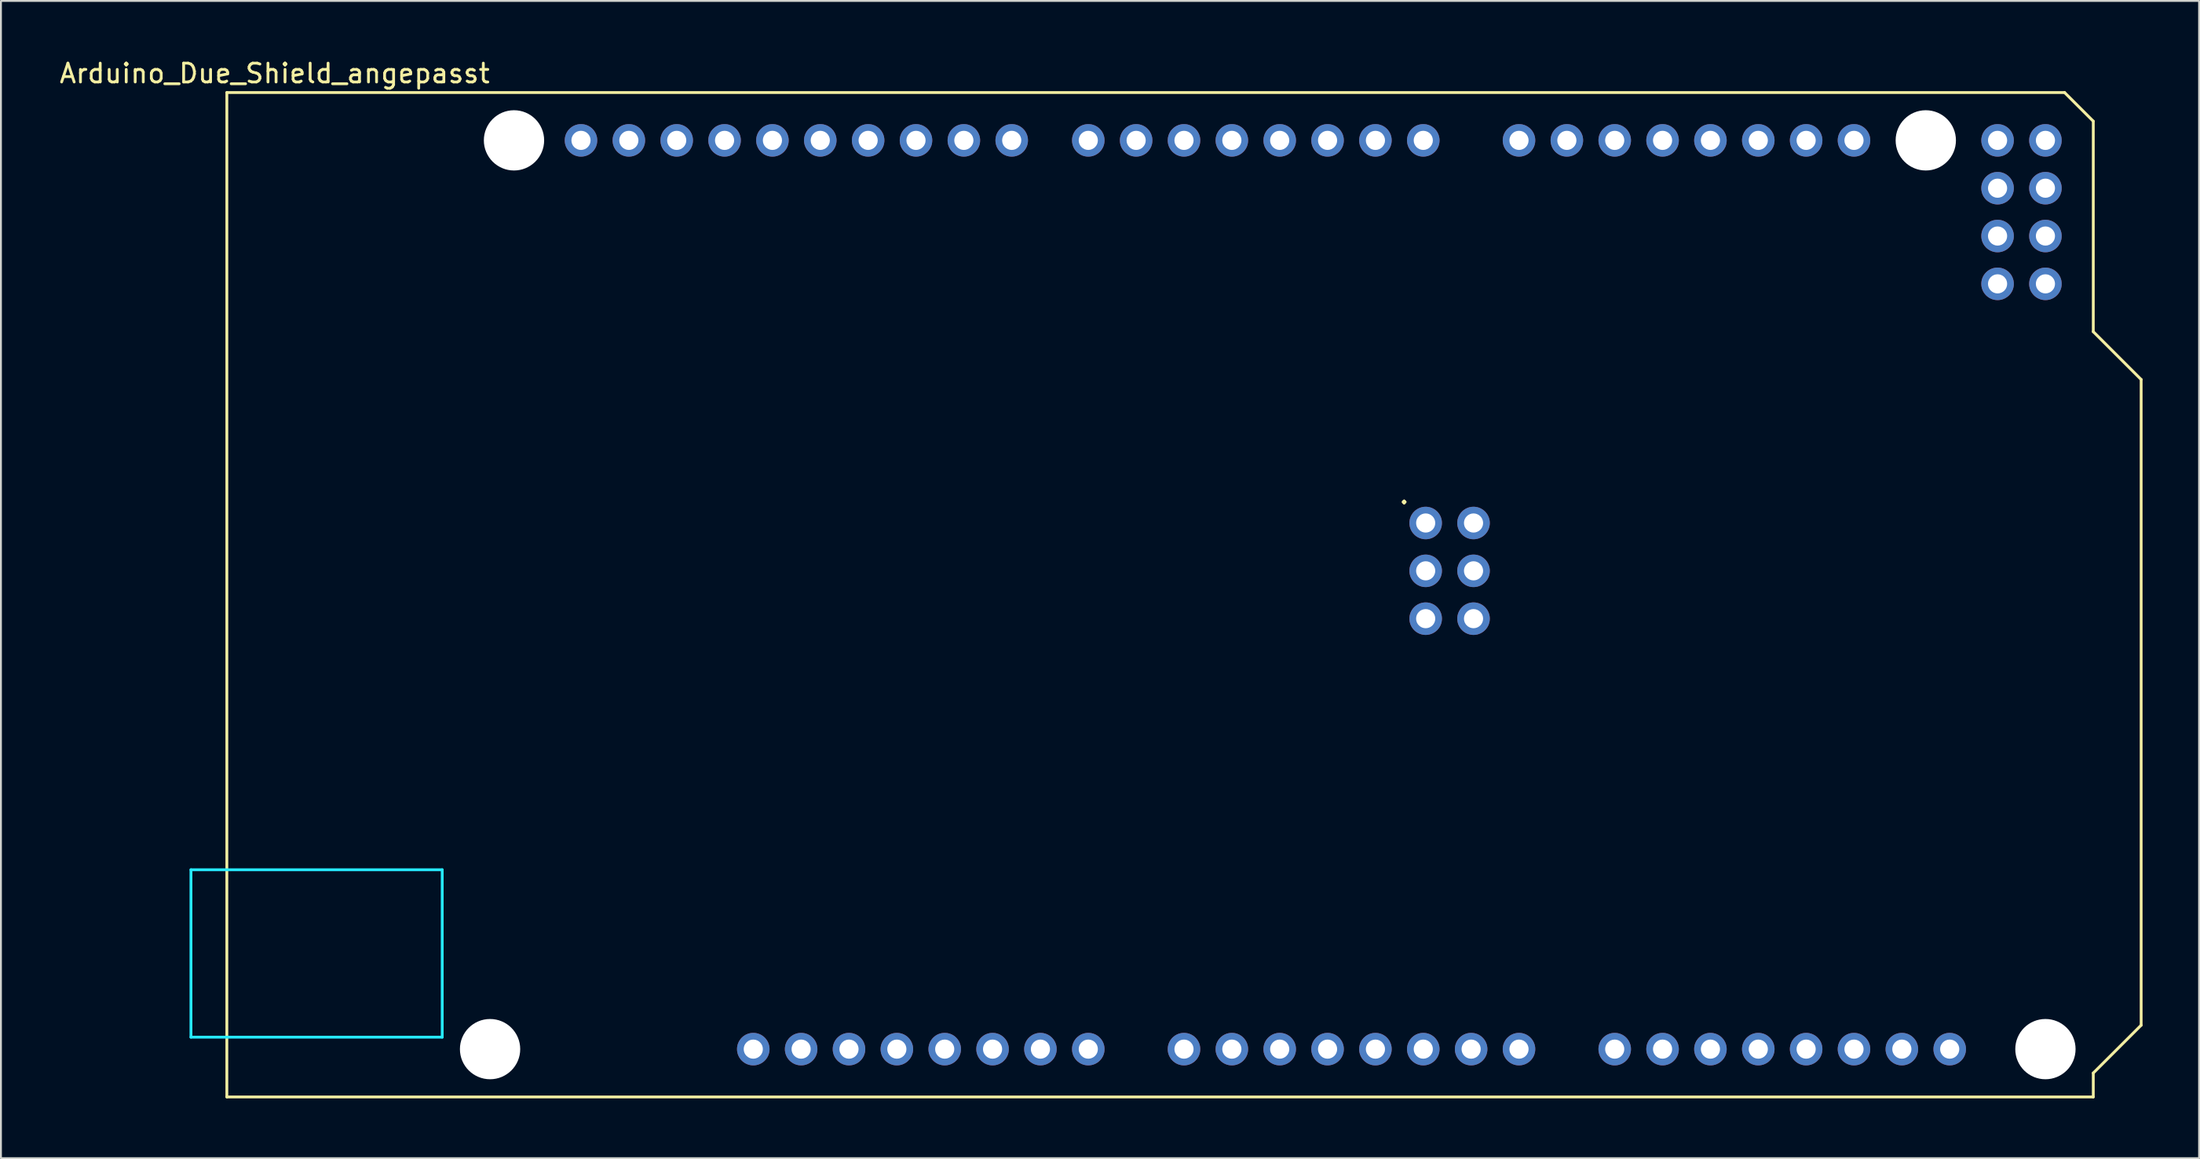
<source format=kicad_pcb>
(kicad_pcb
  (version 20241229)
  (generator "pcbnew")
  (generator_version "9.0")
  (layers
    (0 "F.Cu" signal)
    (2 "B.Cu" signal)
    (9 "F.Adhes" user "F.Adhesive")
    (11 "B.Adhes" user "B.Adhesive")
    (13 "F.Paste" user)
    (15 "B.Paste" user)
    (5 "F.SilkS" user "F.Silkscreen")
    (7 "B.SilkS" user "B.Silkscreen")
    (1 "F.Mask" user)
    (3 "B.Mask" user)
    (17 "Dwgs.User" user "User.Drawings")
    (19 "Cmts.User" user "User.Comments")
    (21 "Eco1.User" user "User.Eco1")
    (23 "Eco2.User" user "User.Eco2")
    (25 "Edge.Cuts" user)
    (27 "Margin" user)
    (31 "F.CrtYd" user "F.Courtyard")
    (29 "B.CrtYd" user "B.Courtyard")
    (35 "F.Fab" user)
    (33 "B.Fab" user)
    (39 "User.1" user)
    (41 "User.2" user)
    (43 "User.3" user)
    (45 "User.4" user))
  (footprint "Arduino_Due_Shield_angepasst"
    (layer "F.Cu")
    (at 8.99 55.204)
    (property "Reference" "Arduino_Due_Shield_angepasst" (at 2.54 -54.356 0) (layer "F.SilkS") (effects (font (size 1 1) (thickness 0.15))))
    (attr through_hole)
    (fp_line (start 0 -53.34) (end 0 0) (stroke (width 0.15) (type solid)) (layer "F.SilkS"))
    (fp_line (start 0 -53.34) (end 97.536 -53.34) (stroke (width 0.15) (type solid)) (layer "F.SilkS"))
    (fp_line (start 0 0) (end 99.06 0) (stroke (width 0.15) (type solid)) (layer "F.SilkS"))
    (fp_line (start 97.536 -53.34) (end 99.06 -51.816) (stroke (width 0.15) (type solid)) (layer "F.SilkS"))
    (fp_line (start 99.06 -40.64) (end 99.06 -51.816) (stroke (width 0.15) (type solid)) (layer "F.SilkS"))
    (fp_line (start 99.06 -1.27) (end 101.6 -3.81) (stroke (width 0.15) (type solid)) (layer "F.SilkS"))
    (fp_line (start 99.06 0) (end 99.06 -1.27) (stroke (width 0.15) (type solid)) (layer "F.SilkS"))
    (fp_line (start 101.6 -38.1) (end 99.06 -40.64) (stroke (width 0.15) (type solid)) (layer "F.SilkS"))
    (fp_line (start 101.6 -3.81) (end 101.6 -38.1) (stroke (width 0.15) (type solid)) (layer "F.SilkS"))
    (fp_line (start -1.905 -12.065) (end -1.905 -3.175) (stroke (width 0.15) (type solid)) (layer "B.CrtYd"))
    (fp_line (start -1.905 -12.065) (end 11.43 -12.065) (stroke (width 0.15) (type solid)) (layer "B.CrtYd"))
    (fp_line (start -1.905 -3.175) (end 11.43 -3.175) (stroke (width 0.15) (type solid)) (layer "B.CrtYd"))
    (fp_line (start 11.43 -12.065) (end 11.43 -3.175) (stroke (width 0.15) (type solid)) (layer "B.CrtYd"))
    (fp_text user "." (at 62.484 -32.004 0) (layer "F.SilkS") (effects (font (size 1 1) (thickness 0.15))))
    (pad "" np_thru_hole circle (at 13.97 -2.54) (size 3.2 3.2) (drill 3.2) (layers "*.Cu" "*.Mask"))
    (pad "" np_thru_hole circle (at 15.24 -50.8) (size 3.2 3.2) (drill 3.2) (layers "*.Cu" "*.Mask"))
    (pad "" thru_hole oval (at 27.94 -2.54) (size 1.727 1.727) (drill 1.016) (layers "*.Cu" "*.Mask"))
    (pad "" np_thru_hole circle (at 90.17 -50.8) (size 3.2 3.2) (drill 3.2) (layers "*.Cu" "*.Mask"))
    (pad "" np_thru_hole circle (at 96.52 -2.54) (size 3.2 3.2) (drill 3.2) (layers "*.Cu" "*.Mask"))
    (pad "3V3" thru_hole oval (at 35.56 -2.54) (size 1.727 1.727) (drill 1.016) (layers "*.Cu" "*.Mask"))
    (pad "5V1" thru_hole oval (at 38.1 -2.54) (size 1.727 1.727) (drill 1.016) (layers "*.Cu" "*.Mask"))
    (pad "5V2" thru_hole oval (at 66.167 -30.48) (size 1.727 1.727) (drill 1.016) (layers "*.Cu" "*.Mask"))
    (pad "5V3" thru_hole oval (at 93.98 -50.8) (size 1.727 1.727) (drill 1.016) (layers "*.Cu" "*.Mask"))
    (pad "5V4" thru_hole oval (at 96.52 -50.8) (size 1.727 1.727) (drill 1.016) (layers "*.Cu" "*.Mask"))
    (pad "A0" thru_hole oval (at 50.8 -2.54) (size 1.727 1.727) (drill 1.016) (layers "*.Cu" "*.Mask"))
    (pad "A1" thru_hole oval (at 53.34 -2.54) (size 1.727 1.727) (drill 1.016) (layers "*.Cu" "*.Mask"))
    (pad "A2" thru_hole oval (at 55.88 -2.54) (size 1.727 1.727) (drill 1.016) (layers "*.Cu" "*.Mask"))
    (pad "A3" thru_hole oval (at 58.42 -2.54) (size 1.727 1.727) (drill 1.016) (layers "*.Cu" "*.Mask"))
    (pad "A4" thru_hole oval (at 60.96 -2.54) (size 1.727 1.727) (drill 1.016) (layers "*.Cu" "*.Mask"))
    (pad "A5" thru_hole oval (at 63.5 -2.54) (size 1.727 1.727) (drill 1.016) (layers "*.Cu" "*.Mask"))
    (pad "A6" thru_hole oval (at 66.04 -2.54) (size 1.727 1.727) (drill 1.016) (layers "*.Cu" "*.Mask"))
    (pad "A7" thru_hole oval (at 68.58 -2.54) (size 1.727 1.727) (drill 1.016) (layers "*.Cu" "*.Mask"))
    (pad "A8" thru_hole oval (at 73.66 -2.54) (size 1.727 1.727) (drill 1.016) (layers "*.Cu" "*.Mask"))
    (pad "A9" thru_hole oval (at 76.2 -2.54) (size 1.727 1.727) (drill 1.016) (layers "*.Cu" "*.Mask"))
    (pad "A10" thru_hole oval (at 78.74 -2.54) (size 1.727 1.727) (drill 1.016) (layers "*.Cu" "*.Mask"))
    (pad "A11" thru_hole oval (at 81.28 -2.54) (size 1.727 1.727) (drill 1.016) (layers "*.Cu" "*.Mask"))
    (pad "AREF" thru_hole oval (at 23.876 -50.8) (size 1.727 1.727) (drill 1.016) (layers "*.Cu" "*.Mask"))
    (pad "CANR" thru_hole oval (at 88.9 -2.54) (size 1.727 1.727) (drill 1.016) (layers "*.Cu" "*.Mask"))
    (pad "CANT" thru_hole oval (at 91.44 -2.54) (size 1.727 1.727) (drill 1.016) (layers "*.Cu" "*.Mask"))
    (pad "D0" thru_hole oval (at 63.5 -50.8) (size 1.727 1.727) (drill 1.016) (layers "*.Cu" "*.Mask"))
    (pad "D1" thru_hole oval (at 60.96 -50.8) (size 1.727 1.727) (drill 1.016) (layers "*.Cu" "*.Mask"))
    (pad "D2" thru_hole oval (at 58.42 -50.8) (size 1.727 1.727) (drill 1.016) (layers "*.Cu" "*.Mask"))
    (pad "D3" thru_hole oval (at 55.88 -50.8) (size 1.727 1.727) (drill 1.016) (layers "*.Cu" "*.Mask"))
    (pad "D4" thru_hole oval (at 53.34 -50.8) (size 1.727 1.727) (drill 1.016) (layers "*.Cu" "*.Mask"))
    (pad "D5" thru_hole oval (at 50.8 -50.8) (size 1.727 1.727) (drill 1.016) (layers "*.Cu" "*.Mask"))
    (pad "D6" thru_hole oval (at 48.26 -50.8) (size 1.727 1.727) (drill 1.016) (layers "*.Cu" "*.Mask"))
    (pad "D7" thru_hole oval (at 45.72 -50.8) (size 1.727 1.727) (drill 1.016) (layers "*.Cu" "*.Mask"))
    (pad "D8" thru_hole oval (at 41.656 -50.8) (size 1.727 1.727) (drill 1.016) (layers "*.Cu" "*.Mask"))
    (pad "D9" thru_hole oval (at 39.116 -50.8) (size 1.727 1.727) (drill 1.016) (layers "*.Cu" "*.Mask"))
    (pad "D10" thru_hole oval (at 36.576 -50.8) (size 1.727 1.727) (drill 1.016) (layers "*.Cu" "*.Mask"))
    (pad "D11" thru_hole oval (at 34.036 -50.8) (size 1.727 1.727) (drill 1.016) (layers "*.Cu" "*.Mask"))
    (pad "D12" thru_hole oval (at 31.496 -50.8) (size 1.727 1.727) (drill 1.016) (layers "*.Cu" "*.Mask"))
    (pad "D13" thru_hole oval (at 28.956 -50.8) (size 1.727 1.727) (drill 1.016) (layers "*.Cu" "*.Mask"))
    (pad "D14" thru_hole oval (at 68.58 -50.8) (size 1.727 1.727) (drill 1.016) (layers "*.Cu" "*.Mask"))
    (pad "D15" thru_hole oval (at 71.12 -50.8) (size 1.727 1.727) (drill 1.016) (layers "*.Cu" "*.Mask"))
    (pad "D16" thru_hole oval (at 73.66 -50.8) (size 1.727 1.727) (drill 1.016) (layers "*.Cu" "*.Mask"))
    (pad "D17" thru_hole oval (at 76.2 -50.8) (size 1.727 1.727) (drill 1.016) (layers "*.Cu" "*.Mask"))
    (pad "D18" thru_hole oval (at 78.74 -50.8) (size 1.727 1.727) (drill 1.016) (layers "*.Cu" "*.Mask"))
    (pad "D19" thru_hole oval (at 81.28 -50.8) (size 1.727 1.727) (drill 1.016) (layers "*.Cu" "*.Mask"))
    (pad "D20" thru_hole oval (at 83.82 -50.8) (size 1.727 1.727) (drill 1.016) (layers "*.Cu" "*.Mask"))
    (pad "D21" thru_hole oval (at 86.36 -50.8) (size 1.727 1.727) (drill 1.016) (layers "*.Cu" "*.Mask"))
    (pad "D22" thru_hole oval (at 93.98 -48.26) (size 1.727 1.727) (drill 1.016) (layers "*.Cu" "*.Mask"))
    (pad "D23" thru_hole oval (at 96.52 -48.26) (size 1.727 1.727) (drill 1.016) (layers "*.Cu" "*.Mask"))
    (pad "D24" thru_hole oval (at 93.98 -45.72) (size 1.727 1.727) (drill 1.016) (layers "*.Cu" "*.Mask"))
    (pad "D25" thru_hole oval (at 96.52 -45.72) (size 1.727 1.727) (drill 1.016) (layers "*.Cu" "*.Mask"))
    (pad "D26" thru_hole oval (at 93.98 -43.18) (size 1.727 1.727) (drill 1.016) (layers "*.Cu" "*.Mask"))
    (pad "D27" thru_hole oval (at 96.52 -43.18) (size 1.727 1.727) (drill 1.016) (layers "*.Cu" "*.Mask"))
    (pad "DAC0" thru_hole oval (at 83.82 -2.54) (size 1.727 1.727) (drill 1.016) (layers "*.Cu" "*.Mask"))
    (pad "DAC1" thru_hole oval (at 86.36 -2.54) (size 1.727 1.727) (drill 1.016) (layers "*.Cu" "*.Mask"))
    (pad "GND1" thru_hole oval (at 26.416 -50.8) (size 1.727 1.727) (drill 1.016) (layers "*.Cu" "*.Mask"))
    (pad "GND2" thru_hole oval (at 40.64 -2.54) (size 1.727 1.727) (drill 1.016) (layers "*.Cu" "*.Mask"))
    (pad "GND3" thru_hole oval (at 43.18 -2.54) (size 1.727 1.727) (drill 1.016) (layers "*.Cu" "*.Mask"))
    (pad "GND4" thru_hole oval (at 66.167 -25.4) (size 1.727 1.727) (drill 1.016) (layers "*.Cu" "*.Mask"))
    (pad "IORF" thru_hole oval (at 30.48 -2.54) (size 1.727 1.727) (drill 1.016) (layers "*.Cu" "*.Mask"))
    (pad "MISO" thru_hole oval (at 63.627 -30.48) (size 1.727 1.727) (drill 1.016) (layers "*.Cu" "*.Mask"))
    (pad "MOSI" thru_hole oval (at 66.167 -27.94) (size 1.727 1.727) (drill 1.016) (layers "*.Cu" "*.Mask"))
    (pad "RST1" thru_hole oval (at 33.02 -2.54) (size 1.727 1.727) (drill 1.016) (layers "*.Cu" "*.Mask"))
    (pad "RST2" thru_hole oval (at 63.627 -25.4) (size 1.727 1.727) (drill 1.016) (layers "*.Cu" "*.Mask"))
    (pad "SCK" thru_hole oval (at 63.627 -27.94) (size 1.727 1.727) (drill 1.016) (layers "*.Cu" "*.Mask"))
    (pad "SCL1" thru_hole oval (at 18.796 -50.8) (size 1.727 1.727) (drill 1.016) (layers "*.Cu" "*.Mask"))
    (pad "SDA1" thru_hole oval (at 21.336 -50.8) (size 1.727 1.727) (drill 1.016) (layers "*.Cu" "*.Mask"))
    (pad "VIN" thru_hole oval (at 45.72 -2.54) (size 1.727 1.727) (drill 1.016) (layers "*.Cu" "*.Mask")))
  (gr_rect
    (start -3 -3)
    (end 113.665 58.454)
    (stroke (width 0.1) (type default))
    (fill no)
    (layer "Edge.Cuts")))
</source>
